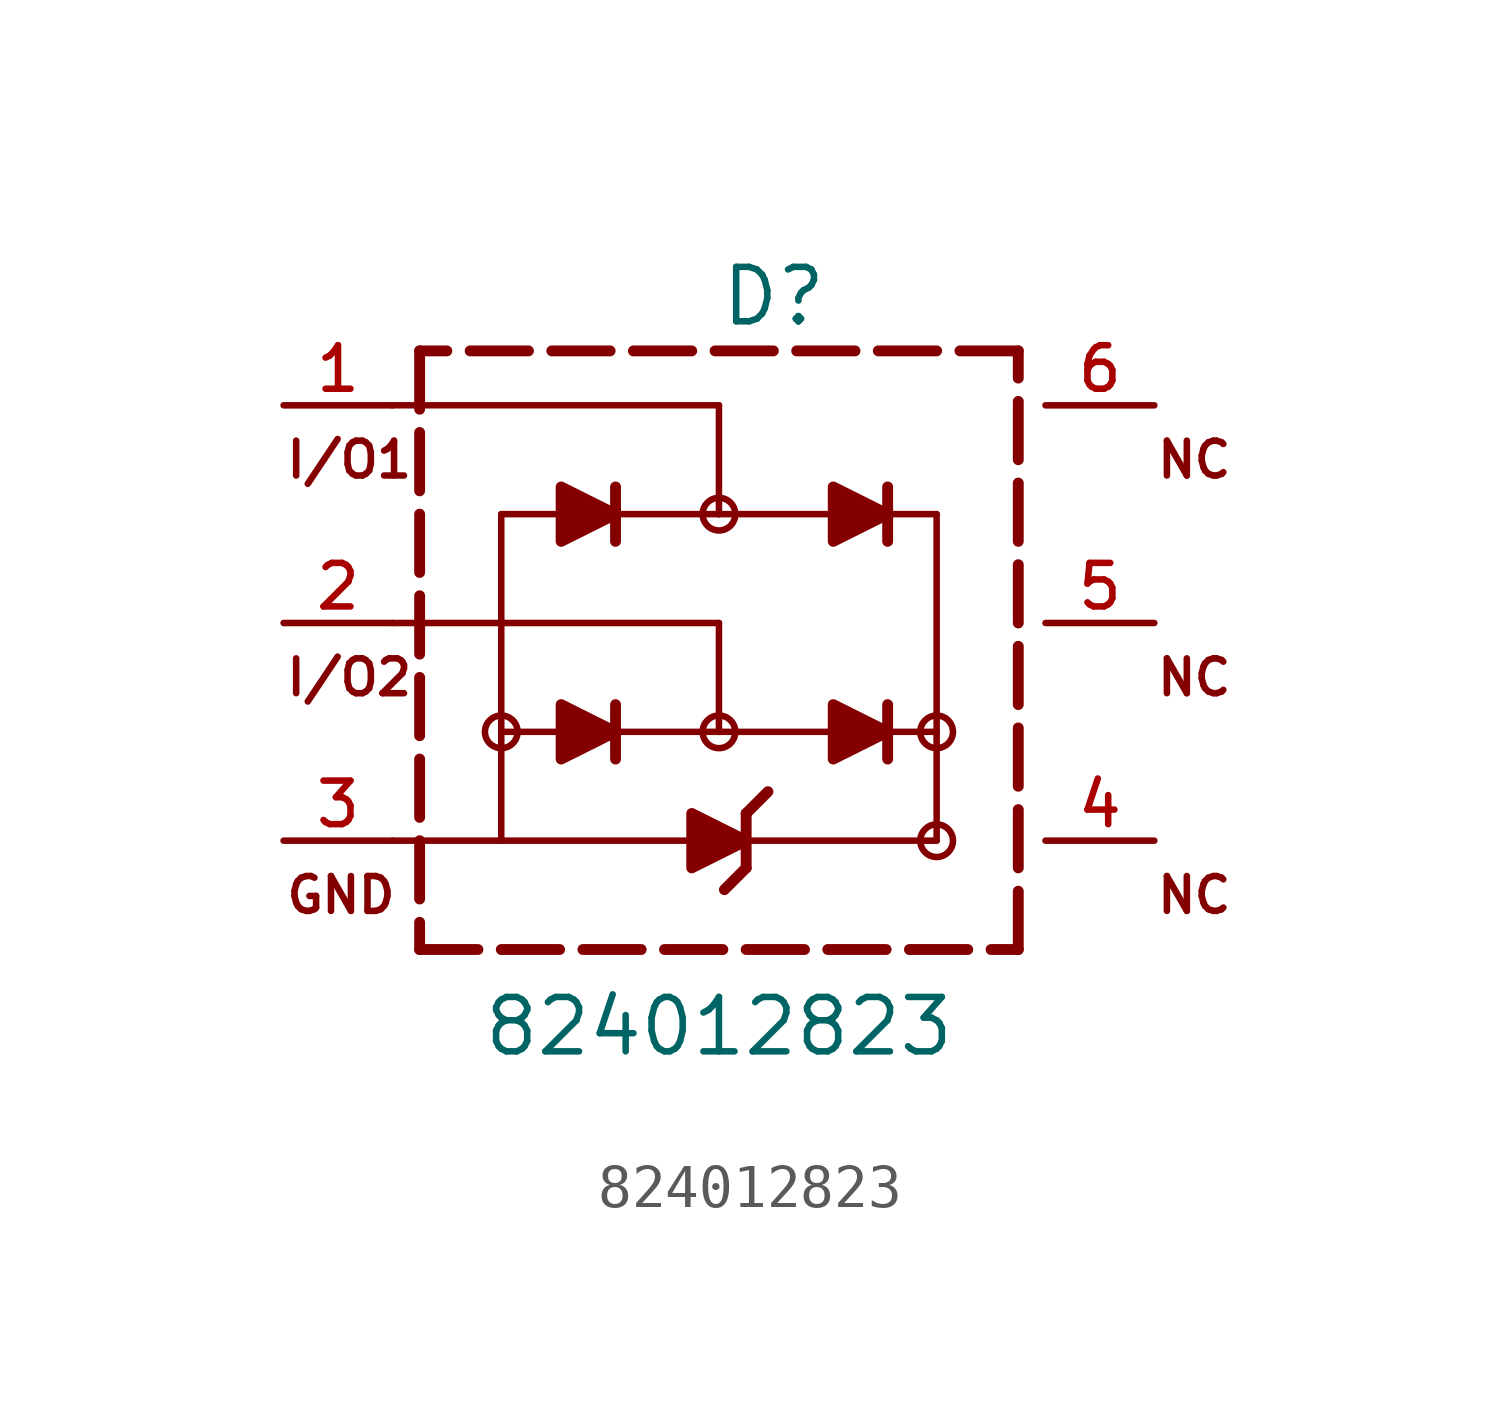
<source format=kicad_sym>
(kicad_symbol_lib
  (version 20231120)
  (generator "kicad_symbol_editor")
  (generator_version "8.0")
  (symbol "824012823"
    (pin_names
      (offset 1.016))
    (property "Reference" "D"
      (at 0 7.62 0)
      (effects (font (size 1.27 1.27)) (justify left)))
    (property "Value" "824012823"
      (at 0 -10.16 0)
      (effects (font (size 1.27 1.27)) (justify bottom)))
    (symbol "824012823_0_0"
      (circle (center -5.08 -2.54) (radius 0.381) (stroke (width 0) (type default)) (fill (type none)))
      (circle (center 0 -2.54) (radius 0.381) (stroke (width 0) (type default)) (fill (type none)))
      (polyline (pts (xy -6.985 -7.62) (xy -5.624 -7.62)) (stroke (width 0.254) (type default)) (fill (type none)))
      (polyline (pts (xy -6.985 -6.985) (xy -6.985 -7.62)) (stroke (width 0.254) (type default)) (fill (type none)))
      (polyline (pts (xy -6.985 -5.08) (xy -6.985 -6.441)) (stroke (width 0.254) (type default)) (fill (type none)))
      (polyline (pts (xy -6.985 -3.175) (xy -6.985 -4.536)) (stroke (width 0.254) (type default)) (fill (type none)))
      (polyline (pts (xy -6.985 -1.27) (xy -6.985 -2.631)) (stroke (width 0.254) (type default)) (fill (type none)))
      (polyline (pts (xy -6.985 0.635) (xy -6.985 -0.726)) (stroke (width 0.254) (type default)) (fill (type none)))
      (polyline (pts (xy -6.985 2.54) (xy -6.985 1.179)) (stroke (width 0.254) (type default)) (fill (type none)))
      (polyline (pts (xy -6.985 4.445) (xy -6.985 3.084)) (stroke (width 0.254) (type default)) (fill (type none)))
      (polyline (pts (xy -6.985 6.35) (xy -6.985 4.989)) (stroke (width 0.254) (type default)) (fill (type none)))
      (polyline (pts (xy -6.35 6.35) (xy -6.985 6.35)) (stroke (width 0.254) (type default)) (fill (type none)))
      (polyline (pts (xy -5.08 -7.62) (xy -3.719 -7.62)) (stroke (width 0.254) (type default)) (fill (type none)))
      (polyline (pts (xy -5.08 -5.08) (xy -7.62 -5.08)) (stroke (width 0.152) (type default)) (fill (type none)))
      (polyline (pts (xy -5.08 -5.08) (xy -5.08 2.54)) (stroke (width 0.152) (type default)) (fill (type none)))
      (polyline (pts (xy -5.08 -5.08) (xy 5.08 -5.08)) (stroke (width 0.152) (type default)) (fill (type none)))
      (polyline (pts (xy -4.445 6.35) (xy -5.806 6.35)) (stroke (width 0.254) (type default)) (fill (type none)))
      (polyline (pts (xy -3.81 -2.54) (xy -5.08 -2.54)) (stroke (width 0.152) (type default)) (fill (type none)))
      (polyline (pts (xy -3.81 2.54) (xy -5.08 2.54)) (stroke (width 0.152) (type default)) (fill (type none)))
      (polyline (pts (xy -3.175 -7.62) (xy -1.814 -7.62)) (stroke (width 0.254) (type default)) (fill (type none)))
      (polyline (pts (xy -2.54 6.35) (xy -3.901 6.35)) (stroke (width 0.254) (type default)) (fill (type none)))
      (polyline (pts (xy -2.413 -3.175) (xy -2.413 -1.905)) (stroke (width 0.254) (type default)) (fill (type none)))
      (polyline (pts (xy -2.413 1.905) (xy -2.413 2.54)) (stroke (width 0.254) (type default)) (fill (type none)))
      (polyline (pts (xy -2.413 2.54) (xy -2.413 3.175)) (stroke (width 0.254) (type default)) (fill (type none)))
      (polyline (pts (xy -1.27 -7.62) (xy 0.091 -7.62)) (stroke (width 0.254) (type default)) (fill (type none)))
      (polyline (pts (xy -0.635 6.35) (xy -1.996 6.35)) (stroke (width 0.254) (type default)) (fill (type none)))
      (polyline (pts (xy 0 -2.54) (xy -2.54 -2.54)) (stroke (width 0.152) (type default)) (fill (type none)))
      (polyline (pts (xy 0 -2.54) (xy 0 0)) (stroke (width 0.152) (type default)) (fill (type none)))
      (polyline (pts (xy 0 0) (xy -7.62 0)) (stroke (width 0.152) (type default)) (fill (type none)))
      (polyline (pts (xy 0 2.54) (xy -2.413 2.54)) (stroke (width 0.152) (type default)) (fill (type none)))
      (polyline (pts (xy 0 2.54) (xy 0 5.08)) (stroke (width 0.152) (type default)) (fill (type none)))
      (polyline (pts (xy 0 5.08) (xy -7.62 5.08)) (stroke (width 0.152) (type default)) (fill (type none)))
      (polyline (pts (xy 0.635 -7.62) (xy 1.996 -7.62)) (stroke (width 0.254) (type default)) (fill (type none)))
      (polyline (pts (xy 0.635 -5.715) (xy 0.127 -6.223)) (stroke (width 0.254) (type default)) (fill (type none)))
      (polyline (pts (xy 0.635 -5.715) (xy 0.635 -4.445)) (stroke (width 0.254) (type default)) (fill (type none)))
      (polyline (pts (xy 0.635 -4.445) (xy 1.143 -3.937)) (stroke (width 0.254) (type default)) (fill (type none)))
      (polyline (pts (xy 1.27 6.35) (xy -0.091 6.35)) (stroke (width 0.254) (type default)) (fill (type none)))
      (polyline (pts (xy 2.54 -7.62) (xy 3.901 -7.62)) (stroke (width 0.254) (type default)) (fill (type none)))
      (polyline (pts (xy 2.54 -2.54) (xy 0 -2.54)) (stroke (width 0.152) (type default)) (fill (type none)))
      (polyline (pts (xy 2.54 2.54) (xy 0 2.54)) (stroke (width 0.152) (type default)) (fill (type none)))
      (polyline (pts (xy 3.175 6.35) (xy 1.814 6.35)) (stroke (width 0.254) (type default)) (fill (type none)))
      (polyline (pts (xy 3.81 -2.54) (xy 5.08 -2.54)) (stroke (width 0.152) (type default)) (fill (type none)))
      (polyline (pts (xy 3.937 -3.175) (xy 3.937 -1.905)) (stroke (width 0.254) (type default)) (fill (type none)))
      (polyline (pts (xy 3.937 1.905) (xy 3.937 2.54)) (stroke (width 0.254) (type default)) (fill (type none)))
      (polyline (pts (xy 3.937 2.54) (xy 3.937 3.175)) (stroke (width 0.254) (type default)) (fill (type none)))
      (polyline (pts (xy 3.937 2.54) (xy 5.08 2.54)) (stroke (width 0.152) (type default)) (fill (type none)))
      (polyline (pts (xy 4.445 -7.62) (xy 5.806 -7.62)) (stroke (width 0.254) (type default)) (fill (type none)))
      (polyline (pts (xy 5.08 -5.08) (xy 5.08 2.54)) (stroke (width 0.152) (type default)) (fill (type none)))
      (polyline (pts (xy 5.08 6.35) (xy 3.719 6.35)) (stroke (width 0.254) (type default)) (fill (type none)))
      (polyline (pts (xy 6.35 -7.62) (xy 6.985 -7.62)) (stroke (width 0.254) (type default)) (fill (type none)))
      (polyline (pts (xy 6.985 -7.62) (xy 6.985 -6.259)) (stroke (width 0.254) (type default)) (fill (type none)))
      (polyline (pts (xy 6.985 -5.715) (xy 6.985 -4.354)) (stroke (width 0.254) (type default)) (fill (type none)))
      (polyline (pts (xy 6.985 -3.81) (xy 6.985 -2.449)) (stroke (width 0.254) (type default)) (fill (type none)))
      (polyline (pts (xy 6.985 -1.905) (xy 6.985 -0.544)) (stroke (width 0.254) (type default)) (fill (type none)))
      (polyline (pts (xy 6.985 0) (xy 6.985 1.361)) (stroke (width 0.254) (type default)) (fill (type none)))
      (polyline (pts (xy 6.985 1.905) (xy 6.985 3.266)) (stroke (width 0.254) (type default)) (fill (type none)))
      (polyline (pts (xy 6.985 3.81) (xy 6.985 5.171)) (stroke (width 0.254) (type default)) (fill (type none)))
      (polyline (pts (xy 6.985 5.715) (xy 6.985 6.35)) (stroke (width 0.254) (type default)) (fill (type none)))
      (polyline (pts (xy 6.985 6.35) (xy 5.624 6.35)) (stroke (width 0.254) (type default)) (fill (type none)))
      (polyline (pts (xy -3.683 -3.175) (xy -2.413 -2.54) (xy -3.683 -1.905) (xy -3.683 -3.175)) (stroke (width 0.254) (type default)) (fill (type outline)))
      (polyline (pts (xy -3.683 1.905) (xy -2.413 2.54) (xy -3.683 3.175) (xy -3.683 1.905)) (stroke (width 0.254) (type default)) (fill (type outline)))
      (polyline (pts (xy -0.635 -5.715) (xy 0.635 -5.08) (xy -0.635 -4.445) (xy -0.635 -5.715)) (stroke (width 0.254) (type default)) (fill (type outline)))
      (polyline (pts (xy 2.667 -3.175) (xy 3.937 -2.54) (xy 2.667 -1.905) (xy 2.667 -3.175)) (stroke (width 0.254) (type default)) (fill (type outline)))
      (polyline (pts (xy 2.667 1.905) (xy 3.937 2.54) (xy 2.667 3.175) (xy 2.667 1.905)) (stroke (width 0.254) (type default)) (fill (type outline)))
      (circle (center 0 2.54) (radius 0.381) (stroke (width 0) (type default)) (fill (type none)))
      (circle (center 5.08 -5.08) (radius 0.381) (stroke (width 0) (type default)) (fill (type none)))
      (circle (center 5.08 -2.54) (radius 0.381) (stroke (width 0) (type default)) (fill (type none)))
      (text "GND" (at -10.16 -6.35 0) (effects (font (size 0.813 0.813)) (justify left)))
      (text "I/O1" (at -10.16 3.81 0) (effects (font (size 0.813 0.813)) (justify left)))
      (text "I/O2" (at -10.16 -1.27 0) (effects (font (size 0.813 0.813)) (justify left)))
      (text "NC" (at 10.16 -6.35 0) (effects (font (size 0.813 0.813)) (justify left)))
      (text "NC" (at 10.16 -1.27 0) (effects (font (size 0.813 0.813)) (justify left)))
      (text "NC" (at 10.16 3.81 0) (effects (font (size 0.813 0.813)) (justify left)))
      (pin passive line (at -10.16 5.08 0) (length 2.54) (name "~" (effects (font (size 1.016 1.016)))) (number "1" (effects (font (size 1.016 1.016)))))
      (pin passive line (at -10.16 0 0) (length 2.54) (name "~" (effects (font (size 1.016 1.016)))) (number "2" (effects (font (size 1.016 1.016)))))
      (pin passive line (at -10.16 -5.08 0) (length 2.54) (name "~" (effects (font (size 1.016 1.016)))) (number "3" (effects (font (size 1.016 1.016)))))
      (pin passive line (at 10.16 -5.08 180) (length 2.54) (name "~" (effects (font (size 1.016 1.016)))) (number "4" (effects (font (size 1.016 1.016)))))
      (pin passive line (at 10.16 0 180) (length 2.54) (name "~" (effects (font (size 1.016 1.016)))) (number "5" (effects (font (size 1.016 1.016)))))
      (pin passive line (at 10.16 5.08 180) (length 2.54) (name "~" (effects (font (size 1.016 1.016)))) (number "6" (effects (font (size 1.016 1.016))))))))
</source>
